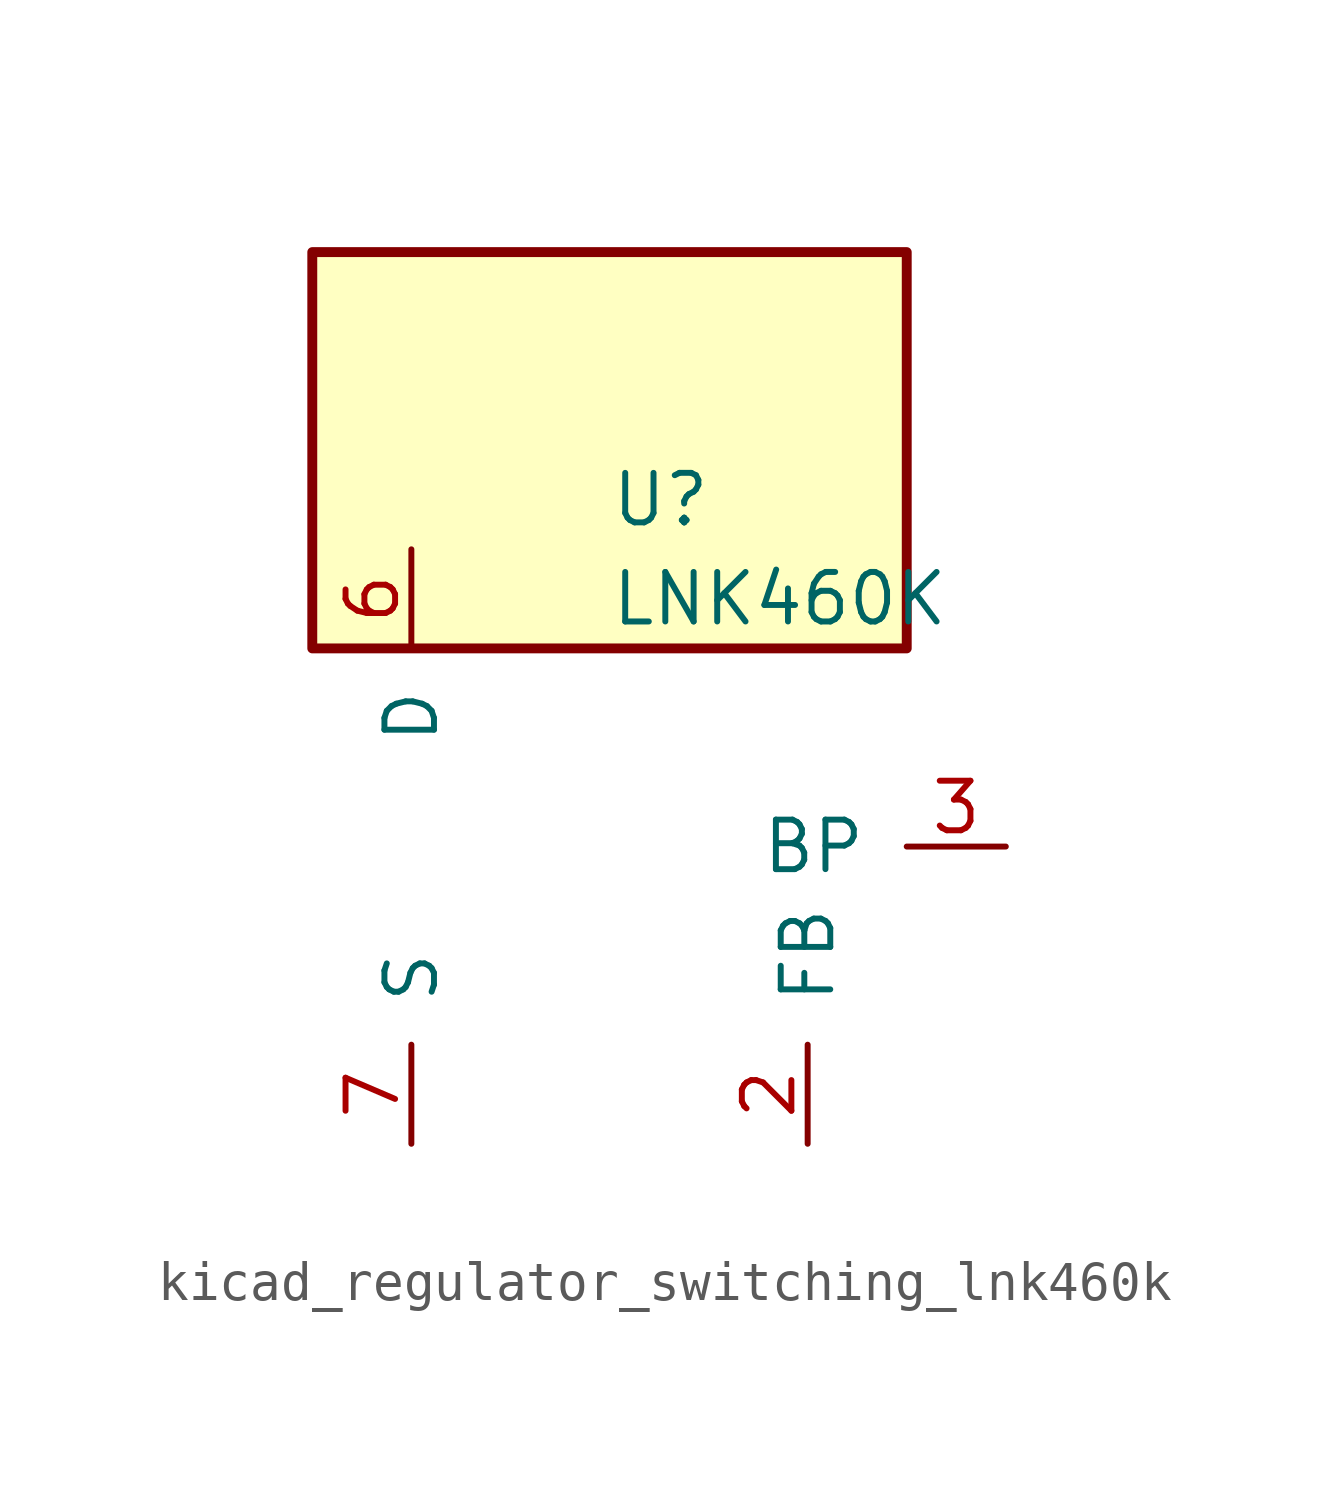
<source format=kicad_sym>
(kicad_symbol_lib
  (version 20220914)
  (generator kicad_symbol_editor)
  (symbol "kicad_regulator_switching_lnk460k"
    (pin_names
      (offset 1.016))
    (property "Reference" "U"
      (at 0 8.89 0)
      (effects (font (size 1.27 1.27)) (justify left)))
    (property "Value" "LNK460K"
      (at 0 6.35 0)
      (effects (font (size 1.27 1.27)) (justify left)))
    (symbol "kicad_regulator_switching_lnk460k_0_1"
      (rectangle (start 7.62 15.24) (end -7.62 5.08) (stroke (width 0.254) (type default)) (fill (type background))))
    (symbol "kicad_regulator_switching_lnk460k_1_1"
      (pin no_connect line (at -2.54 5.08 270) (length 2.54) hide (name "NC" (effects (font (size 1.27 1.27)))) (number "1" (effects (font (size 1.27 1.27)))))
      (pin passive line (at -5.08 -7.62 90) (length 2.54) hide (name "S" (effects (font (size 1.27 1.27)))) (number "10" (effects (font (size 1.27 1.27)))))
      (pin passive line (at -5.08 -7.62 90) (length 2.54) hide (name "S" (effects (font (size 1.27 1.27)))) (number "11" (effects (font (size 1.27 1.27)))))
      (pin passive line (at -5.08 -7.62 90) (length 2.54) hide (name "S" (effects (font (size 1.27 1.27)))) (number "12" (effects (font (size 1.27 1.27)))))
      (pin passive line (at -5.08 -7.62 90) (length 2.54) hide (name "S" (effects (font (size 1.27 1.27)))) (number "13" (effects (font (size 1.27 1.27)))))
      (pin input line (at 5.08 -7.62 90) (length 2.54) (name "FB" (effects (font (size 1.27 1.27)))) (number "2" (effects (font (size 1.27 1.27)))))
      (pin input line (at 10.16 0 180) (length 2.54) (name "BP" (effects (font (size 1.27 1.27)))) (number "3" (effects (font (size 1.27 1.27)))))
      (pin no_connect line (at 0 5.08 270) (length 2.54) hide (name "NC" (effects (font (size 1.27 1.27)))) (number "4" (effects (font (size 1.27 1.27)))))
      (pin open_collector line (at -5.08 7.62 270) (length 2.54) (name "D" (effects (font (size 1.27 1.27)))) (number "6" (effects (font (size 1.27 1.27)))))
      (pin power_in line (at -5.08 -7.62 90) (length 2.54) (name "S" (effects (font (size 1.27 1.27)))) (number "7" (effects (font (size 1.27 1.27)))))
      (pin passive line (at -5.08 -7.62 90) (length 2.54) hide (name "S" (effects (font (size 1.27 1.27)))) (number "8" (effects (font (size 1.27 1.27)))))
      (pin passive line (at -5.08 -7.62 90) (length 2.54) hide (name "S" (effects (font (size 1.27 1.27)))) (number "9" (effects (font (size 1.27 1.27))))))))
</source>
